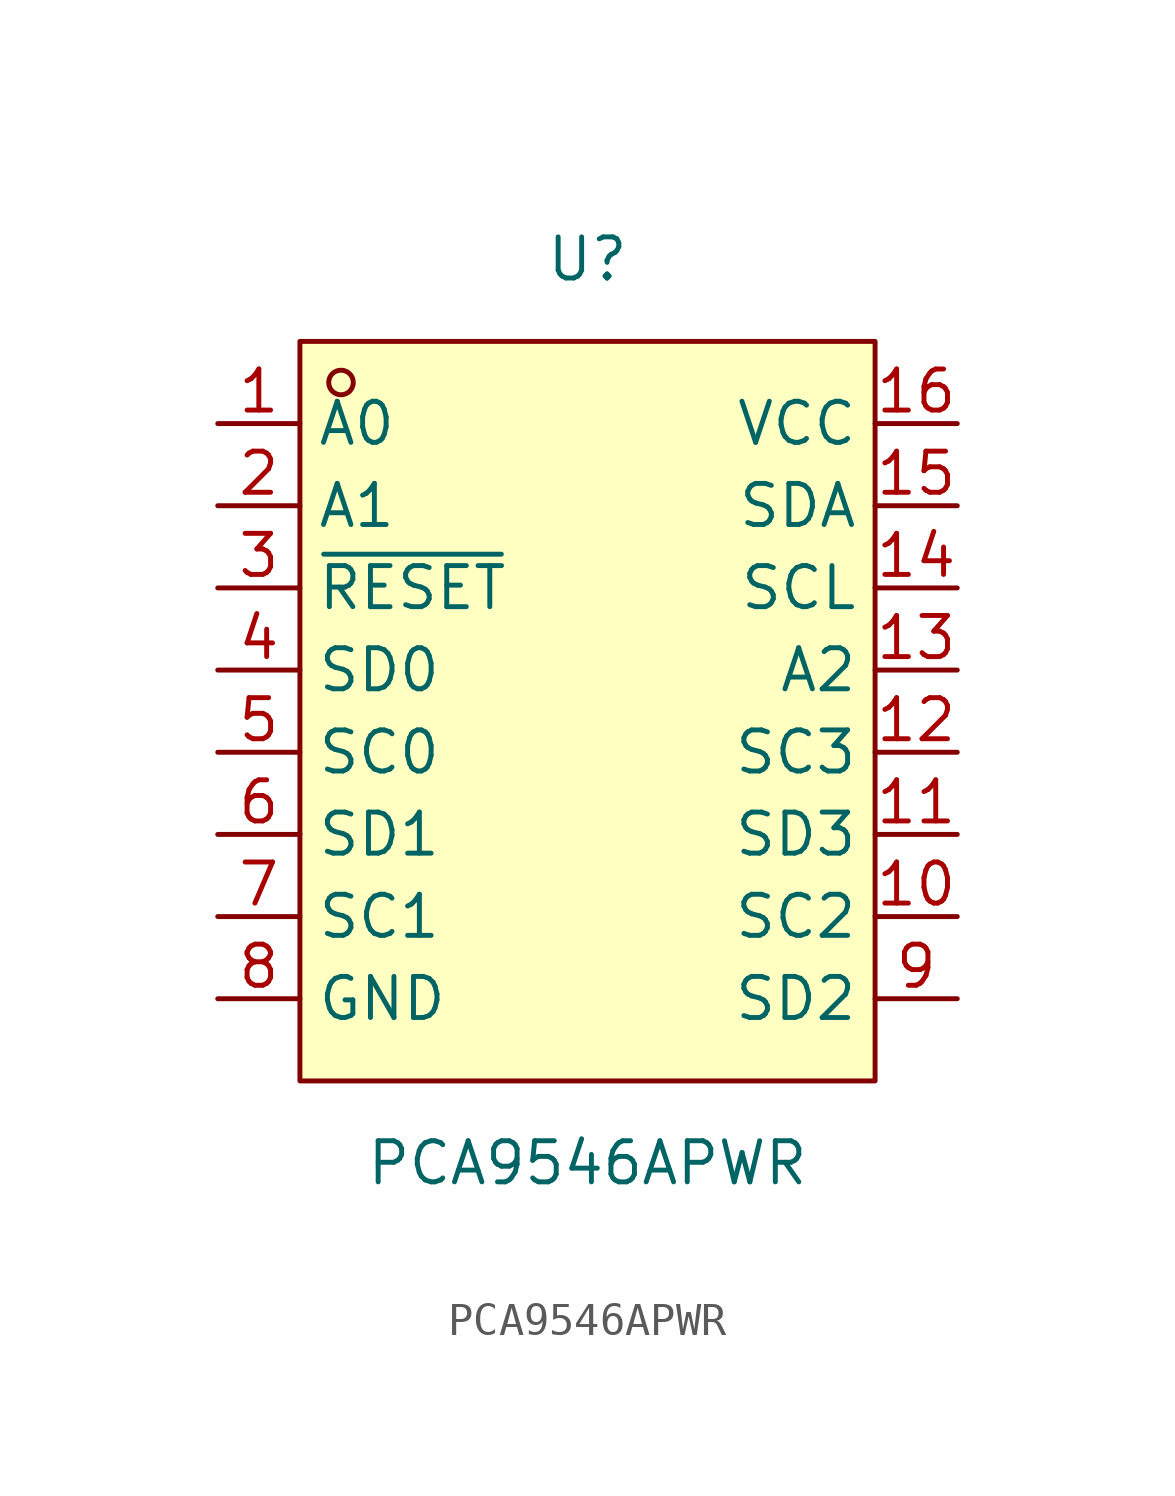
<source format=kicad_sym>
(kicad_symbol_lib
  (version 20241209)
  (generator "kicad_symbol_editor")
  (generator_version "9.0")
  (symbol "PCA9546APWR"
    (property "Reference" "U"
      (at 0 13.97 0)
      (effects (font (size 1.27 1.27))))
    (property "Value" "PCA9546APWR"
      (at 0 -13.97 0)
      (effects (font (size 1.27 1.27))))
    (symbol "PCA9546APWR_0_1"
      (rectangle (start -8.89 11.43) (end 8.89 -11.43) (stroke (width 0) (type default)) (fill (type background)))
      (circle (center -7.62 10.16) (radius 0.38) (stroke (width 0) (type default)) (fill (type none)))
      (pin unspecified line (at -11.43 8.89 0) (length 2.54) (name "A0" (effects (font (size 1.27 1.27)))) (number "1" (effects (font (size 1.27 1.27)))))
      (pin unspecified line (at -11.43 6.35 0) (length 2.54) (name "A1" (effects (font (size 1.27 1.27)))) (number "2" (effects (font (size 1.27 1.27)))))
      (pin unspecified line (at -11.43 3.81 0) (length 2.54) (name "~{RESET}" (effects (font (size 1.27 1.27)))) (number "3" (effects (font (size 1.27 1.27)))))
      (pin unspecified line (at -11.43 1.27 0) (length 2.54) (name "SD0" (effects (font (size 1.27 1.27)))) (number "4" (effects (font (size 1.27 1.27)))))
      (pin unspecified line (at -11.43 -1.27 0) (length 2.54) (name "SC0" (effects (font (size 1.27 1.27)))) (number "5" (effects (font (size 1.27 1.27)))))
      (pin unspecified line (at -11.43 -3.81 0) (length 2.54) (name "SD1" (effects (font (size 1.27 1.27)))) (number "6" (effects (font (size 1.27 1.27)))))
      (pin unspecified line (at -11.43 -6.35 0) (length 2.54) (name "SC1" (effects (font (size 1.27 1.27)))) (number "7" (effects (font (size 1.27 1.27)))))
      (pin unspecified line (at -11.43 -8.89 0) (length 2.54) (name "GND" (effects (font (size 1.27 1.27)))) (number "8" (effects (font (size 1.27 1.27)))))
      (pin unspecified line (at 11.43 8.89 180) (length 2.54) (name "VCC" (effects (font (size 1.27 1.27)))) (number "16" (effects (font (size 1.27 1.27)))))
      (pin unspecified line (at 11.43 6.35 180) (length 2.54) (name "SDA" (effects (font (size 1.27 1.27)))) (number "15" (effects (font (size 1.27 1.27)))))
      (pin unspecified line (at 11.43 3.81 180) (length 2.54) (name "SCL" (effects (font (size 1.27 1.27)))) (number "14" (effects (font (size 1.27 1.27)))))
      (pin unspecified line (at 11.43 1.27 180) (length 2.54) (name "A2" (effects (font (size 1.27 1.27)))) (number "13" (effects (font (size 1.27 1.27)))))
      (pin unspecified line (at 11.43 -1.27 180) (length 2.54) (name "SC3" (effects (font (size 1.27 1.27)))) (number "12" (effects (font (size 1.27 1.27)))))
      (pin unspecified line (at 11.43 -3.81 180) (length 2.54) (name "SD3" (effects (font (size 1.27 1.27)))) (number "11" (effects (font (size 1.27 1.27)))))
      (pin unspecified line (at 11.43 -6.35 180) (length 2.54) (name "SC2" (effects (font (size 1.27 1.27)))) (number "10" (effects (font (size 1.27 1.27)))))
      (pin unspecified line (at 11.43 -8.89 180) (length 2.54) (name "SD2" (effects (font (size 1.27 1.27)))) (number "9" (effects (font (size 1.27 1.27))))))))
</source>
